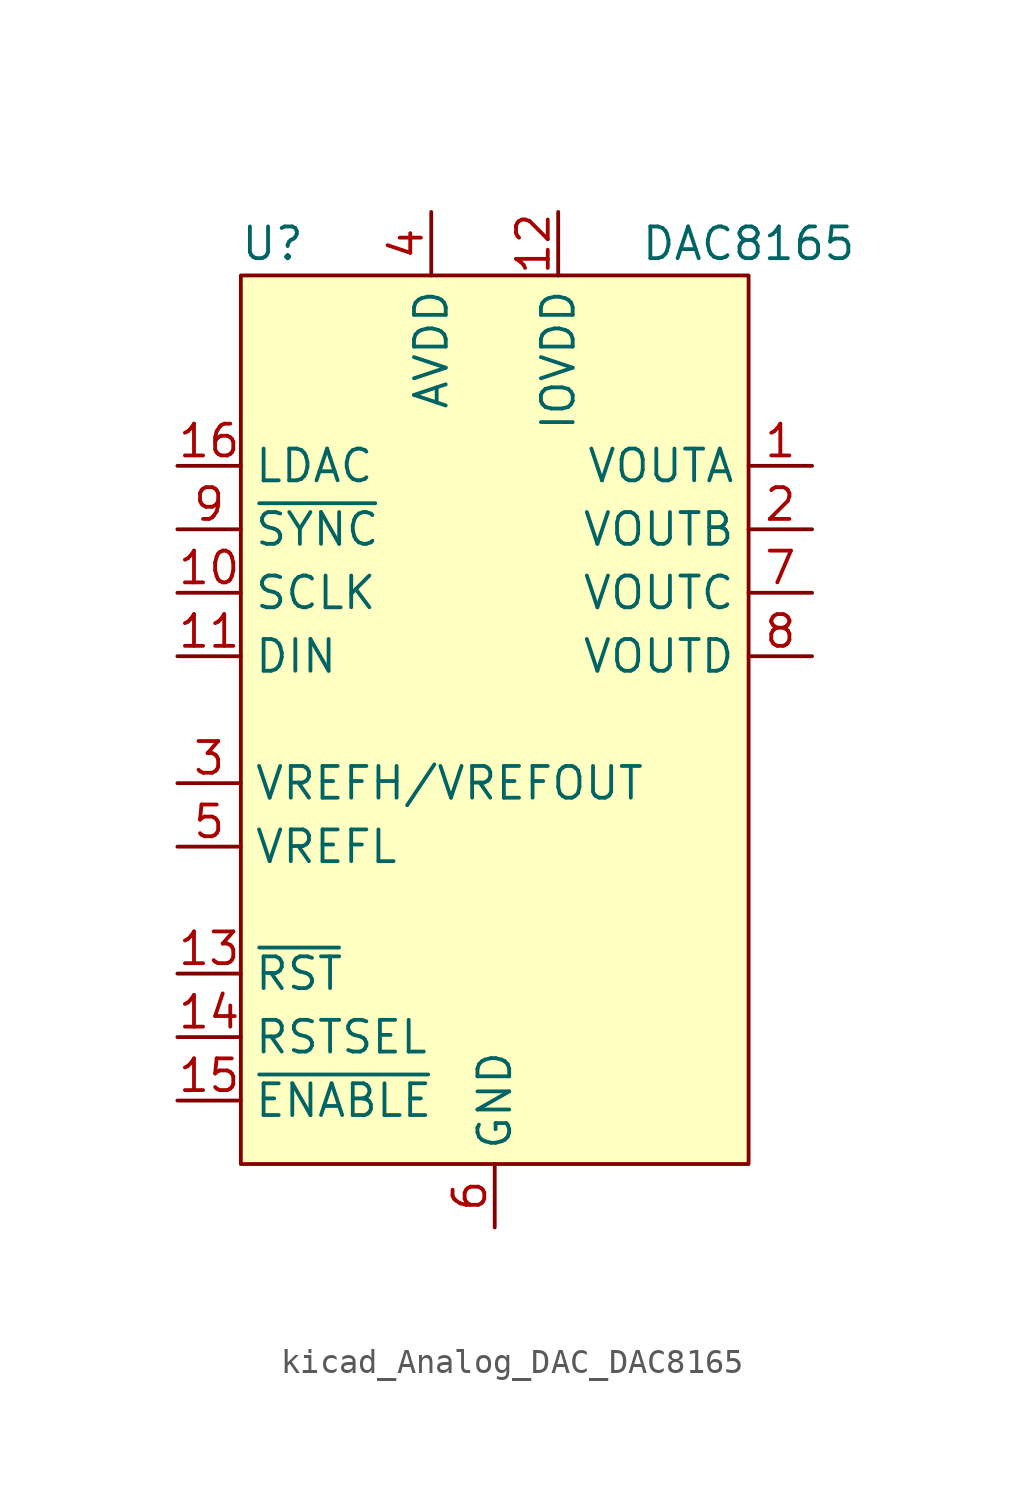
<source format=kicad_sym>
(kicad_symbol_lib
  (version 20220914)
  (generator kicad_symbol_editor)
  (symbol "kicad_Analog_DAC_DAC8165"
    (property "Reference" "U"
      (at -8.89 21.59 0)
      (effects (font (size 1.27 1.27))))
    (property "Value" "DAC8165"
      (at 10.16 21.59 0)
      (effects (font (size 1.27 1.27))))
    (symbol "kicad_Analog_DAC_DAC8165_0_0"
      (pin output line (at 12.7 12.7 180) (length 2.54) (name "VOUTA" (effects (font (size 1.27 1.27)))) (number "1" (effects (font (size 1.27 1.27)))))
      (pin input line (at -12.7 7.62 0) (length 2.54) (name "SCLK" (effects (font (size 1.27 1.27)))) (number "10" (effects (font (size 1.27 1.27)))))
      (pin input line (at -12.7 5.08 0) (length 2.54) (name "DIN" (effects (font (size 1.27 1.27)))) (number "11" (effects (font (size 1.27 1.27)))))
      (pin power_in line (at 2.54 22.86 270) (length 2.54) (name "IOVDD" (effects (font (size 1.27 1.27)))) (number "12" (effects (font (size 1.27 1.27)))))
      (pin input line (at -12.7 -7.62 0) (length 2.54) (name "~{RST}" (effects (font (size 1.27 1.27)))) (number "13" (effects (font (size 1.27 1.27)))))
      (pin input line (at -12.7 -10.16 0) (length 2.54) (name "RSTSEL" (effects (font (size 1.27 1.27)))) (number "14" (effects (font (size 1.27 1.27)))))
      (pin input line (at -12.7 -12.7 0) (length 2.54) (name "~{ENABLE}" (effects (font (size 1.27 1.27)))) (number "15" (effects (font (size 1.27 1.27)))))
      (pin input line (at -12.7 12.7 0) (length 2.54) (name "LDAC" (effects (font (size 1.27 1.27)))) (number "16" (effects (font (size 1.27 1.27)))))
      (pin output line (at 12.7 10.16 180) (length 2.54) (name "VOUTB" (effects (font (size 1.27 1.27)))) (number "2" (effects (font (size 1.27 1.27)))))
      (pin bidirectional line (at -12.7 0 0) (length 2.54) (name "VREFH/VREFOUT" (effects (font (size 1.27 1.27)))) (number "3" (effects (font (size 1.27 1.27)))))
      (pin power_in line (at -2.54 22.86 270) (length 2.54) (name "AVDD" (effects (font (size 1.27 1.27)))) (number "4" (effects (font (size 1.27 1.27)))))
      (pin input line (at -12.7 -2.54 0) (length 2.54) (name "VREFL" (effects (font (size 1.27 1.27)))) (number "5" (effects (font (size 1.27 1.27)))))
      (pin power_in line (at 0 -17.78 90) (length 2.54) (name "GND" (effects (font (size 1.27 1.27)))) (number "6" (effects (font (size 1.27 1.27)))))
      (pin output line (at 12.7 7.62 180) (length 2.54) (name "VOUTC" (effects (font (size 1.27 1.27)))) (number "7" (effects (font (size 1.27 1.27)))))
      (pin output line (at 12.7 5.08 180) (length 2.54) (name "VOUTD" (effects (font (size 1.27 1.27)))) (number "8" (effects (font (size 1.27 1.27)))))
      (pin input line (at -12.7 10.16 0) (length 2.54) (name "~{SYNC}" (effects (font (size 1.27 1.27)))) (number "9" (effects (font (size 1.27 1.27))))))
    (symbol "kicad_Analog_DAC_DAC8165_0_1"
      (rectangle (start -10.16 20.32) (end 10.16 -15.24) (stroke (width 0.152) (type default)) (fill (type background))))))
</source>
